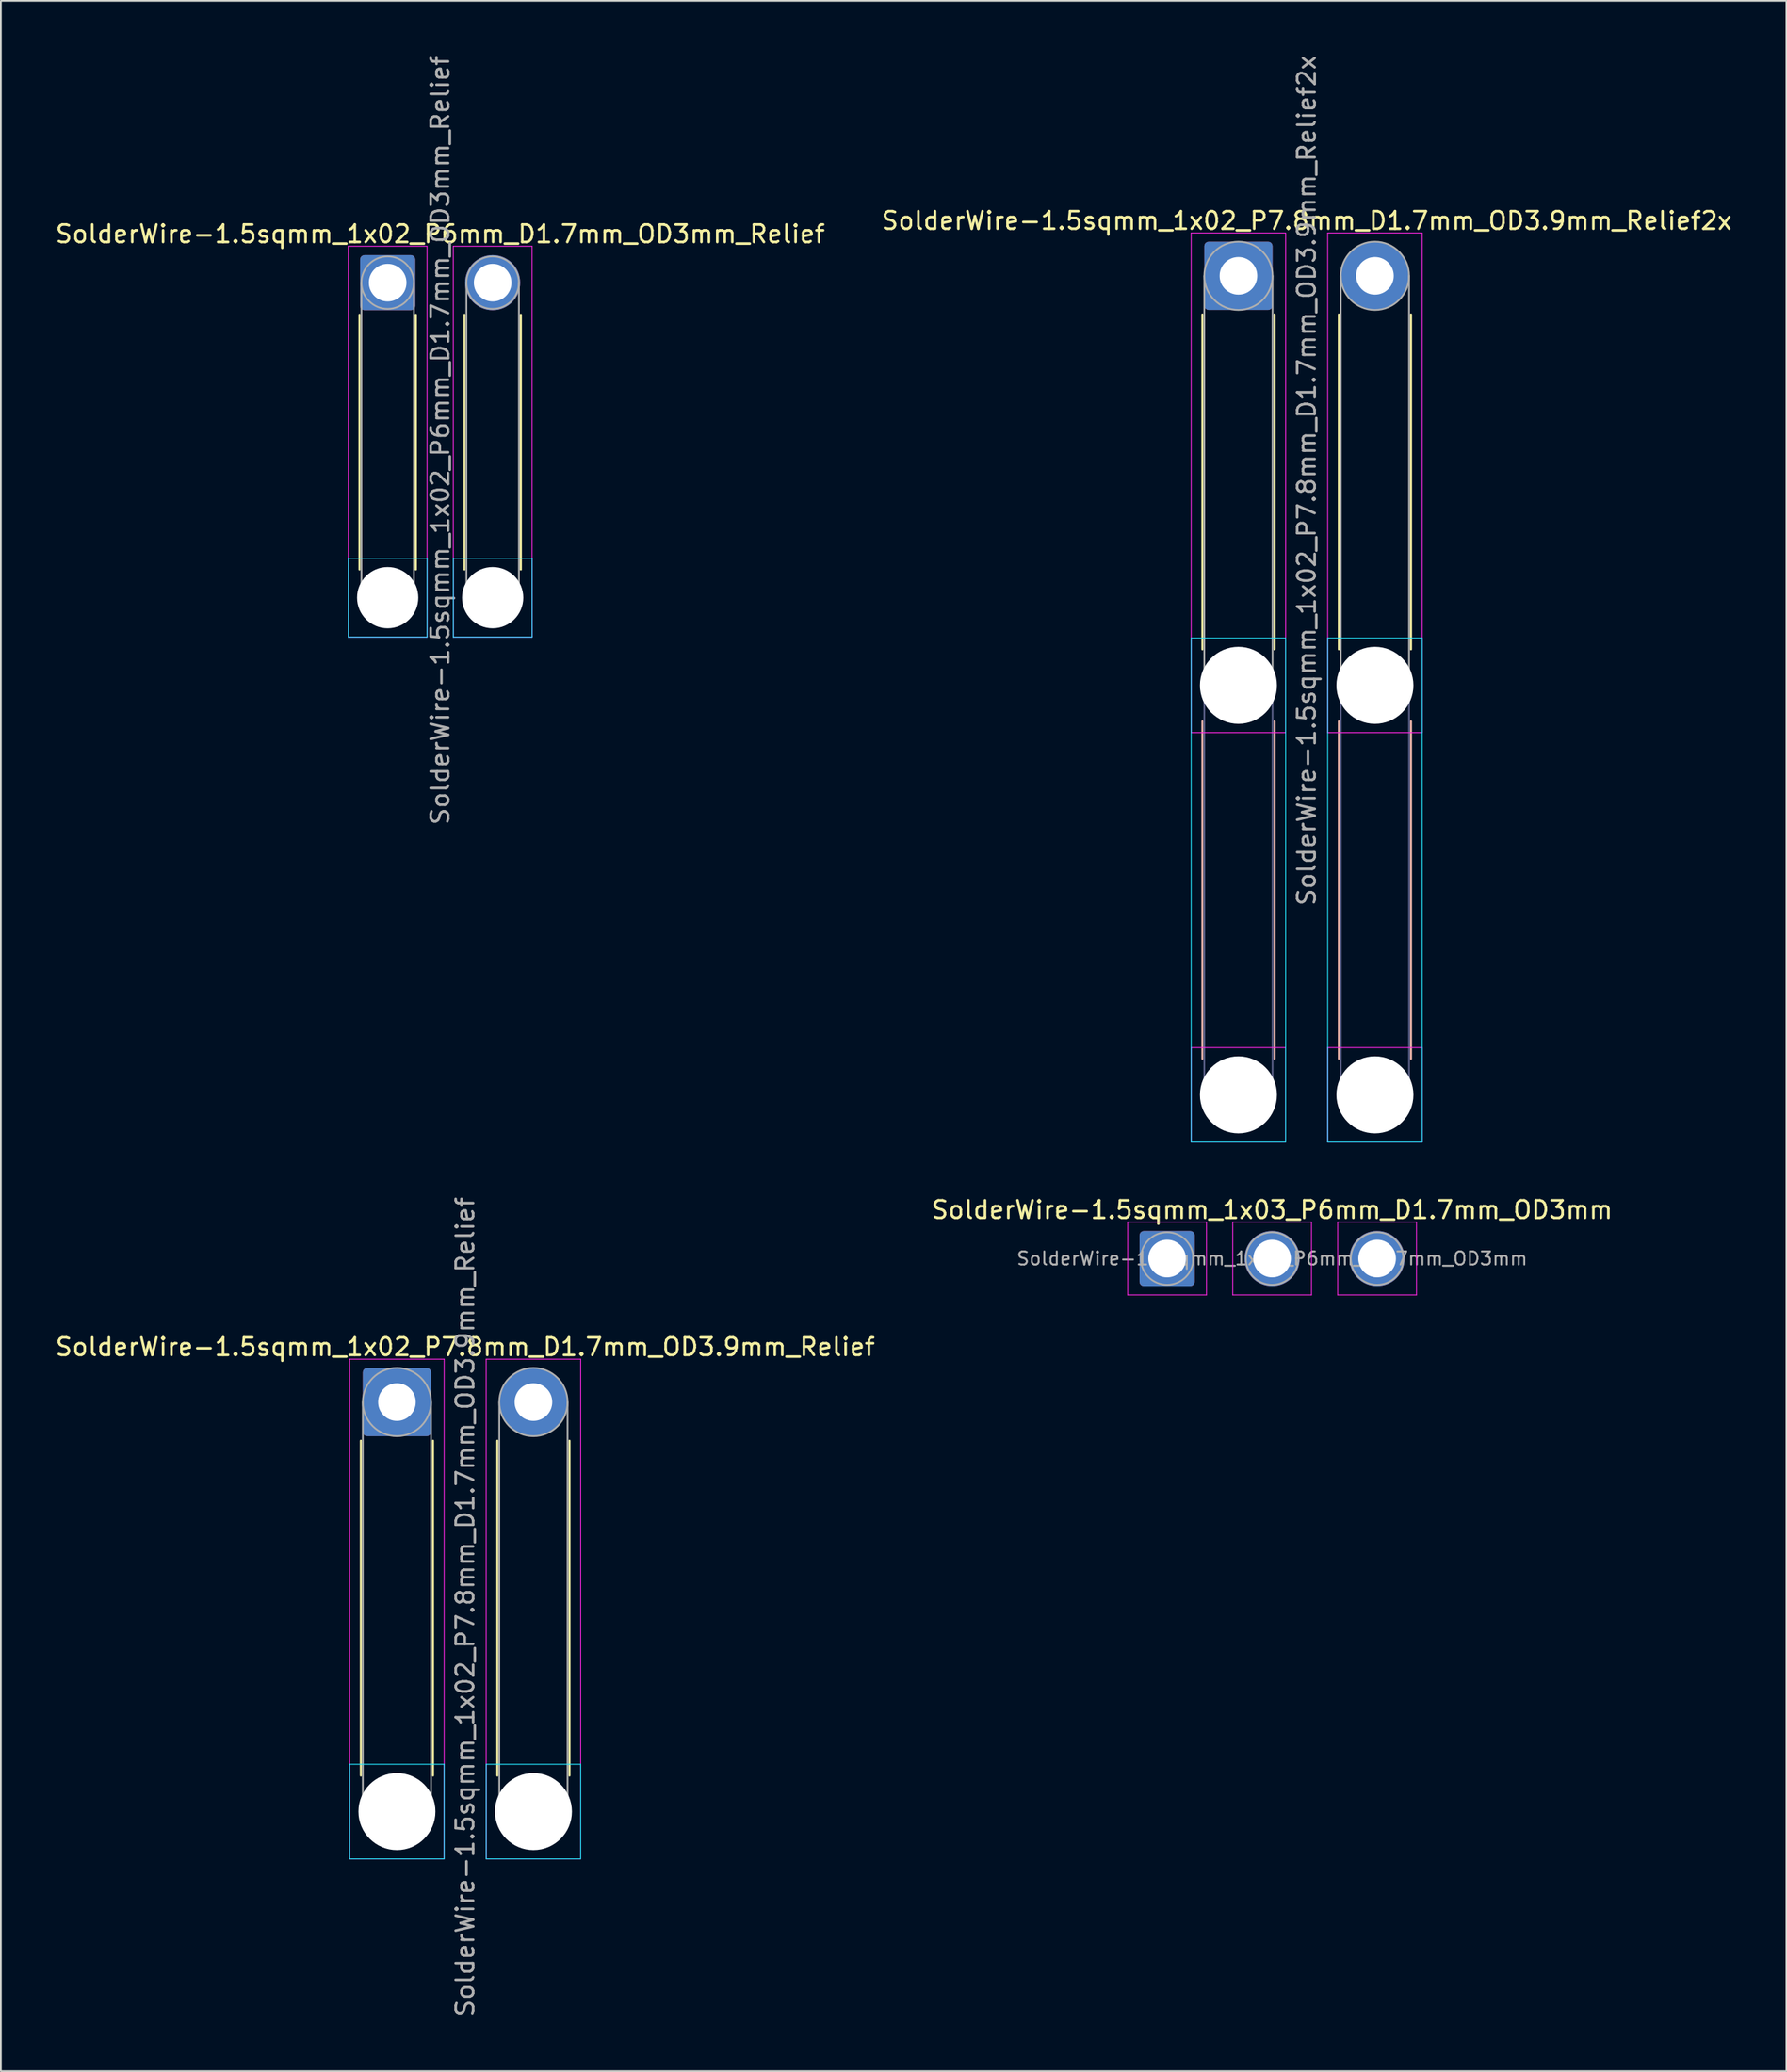
<source format=kicad_pcb>
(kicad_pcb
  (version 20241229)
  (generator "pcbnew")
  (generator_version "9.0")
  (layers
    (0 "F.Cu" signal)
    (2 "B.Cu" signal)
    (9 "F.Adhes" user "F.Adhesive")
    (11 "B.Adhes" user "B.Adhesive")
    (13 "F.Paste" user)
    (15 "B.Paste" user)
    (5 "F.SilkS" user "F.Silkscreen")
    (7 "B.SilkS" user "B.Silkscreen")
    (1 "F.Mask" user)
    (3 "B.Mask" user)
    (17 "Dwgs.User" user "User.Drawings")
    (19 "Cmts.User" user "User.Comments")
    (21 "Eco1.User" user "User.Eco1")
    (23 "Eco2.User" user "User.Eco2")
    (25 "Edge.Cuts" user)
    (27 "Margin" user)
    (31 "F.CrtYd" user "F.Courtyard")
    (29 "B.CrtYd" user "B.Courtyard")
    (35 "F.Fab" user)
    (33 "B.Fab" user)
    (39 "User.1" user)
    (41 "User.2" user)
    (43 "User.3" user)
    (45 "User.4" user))
  (footprint "SolderWire-1.5sqmm_1x02_P6mm_D1.7mm_OD3mm_Relief"
    (layer "F.Cu")
    (at 19.101 13.101)
    (property "Reference" "SolderWire-1.5sqmm_1x02_P6mm_D1.7mm_OD3mm_Relief" (at 3 -2.78 0) (layer "F.SilkS") (effects (font (size 1 1) (thickness 0.15))))
    (attr exclude_from_pos_files exclude_from_bom)
    (fp_line (start -1.61 1.835) (end -1.61 16.39) (stroke (width 0.12) (type solid)) (layer "F.SilkS"))
    (fp_line (start 1.61 1.835) (end 1.61 16.39) (stroke (width 0.12) (type solid)) (layer "F.SilkS"))
    (fp_line (start 4.39 1.835) (end 4.39 16.39) (stroke (width 0.12) (type solid)) (layer "F.SilkS"))
    (fp_line (start 7.61 1.835) (end 7.61 16.39) (stroke (width 0.12) (type solid)) (layer "F.SilkS"))
    (fp_line (start -2.25 15.75) (end -2.25 20.25) (stroke (width 0.05) (type solid)) (layer "B.CrtYd"))
    (fp_line (start -2.25 20.25) (end 2.25 20.25) (stroke (width 0.05) (type solid)) (layer "B.CrtYd"))
    (fp_line (start 2.25 15.75) (end -2.25 15.75) (stroke (width 0.05) (type solid)) (layer "B.CrtYd"))
    (fp_line (start 2.25 20.25) (end 2.25 15.75) (stroke (width 0.05) (type solid)) (layer "B.CrtYd"))
    (fp_line (start 3.75 15.75) (end 3.75 20.25) (stroke (width 0.05) (type solid)) (layer "B.CrtYd"))
    (fp_line (start 3.75 20.25) (end 8.25 20.25) (stroke (width 0.05) (type solid)) (layer "B.CrtYd"))
    (fp_line (start 8.25 15.75) (end 3.75 15.75) (stroke (width 0.05) (type solid)) (layer "B.CrtYd"))
    (fp_line (start 8.25 20.25) (end 8.25 15.75) (stroke (width 0.05) (type solid)) (layer "B.CrtYd"))
    (fp_line (start -2.25 -2.08) (end -2.25 20.25) (stroke (width 0.05) (type solid)) (layer "F.CrtYd"))
    (fp_line (start -2.25 20.25) (end 2.25 20.25) (stroke (width 0.05) (type solid)) (layer "F.CrtYd"))
    (fp_line (start 2.25 -2.08) (end -2.25 -2.08) (stroke (width 0.05) (type solid)) (layer "F.CrtYd"))
    (fp_line (start 2.25 20.25) (end 2.25 -2.08) (stroke (width 0.05) (type solid)) (layer "F.CrtYd"))
    (fp_line (start 3.75 -2.08) (end 3.75 20.25) (stroke (width 0.05) (type solid)) (layer "F.CrtYd"))
    (fp_line (start 3.75 20.25) (end 8.25 20.25) (stroke (width 0.05) (type solid)) (layer "F.CrtYd"))
    (fp_line (start 8.25 -2.08) (end 3.75 -2.08) (stroke (width 0.05) (type solid)) (layer "F.CrtYd"))
    (fp_line (start 8.25 20.25) (end 8.25 -2.08) (stroke (width 0.05) (type solid)) (layer "F.CrtYd"))
    (fp_line (start -1.5 0) (end -1.5 18) (stroke (width 0.1) (type solid)) (layer "F.Fab"))
    (fp_line (start 1.5 0) (end 1.5 18) (stroke (width 0.1) (type solid)) (layer "F.Fab"))
    (fp_line (start 4.5 0) (end 4.5 18) (stroke (width 0.1) (type solid)) (layer "F.Fab"))
    (fp_line (start 7.5 0) (end 7.5 18) (stroke (width 0.1) (type solid)) (layer "F.Fab"))
    (fp_circle (center 0 0) (end 1.5 0) (stroke (width 0.1) (type solid)) (fill no) (layer "F.Fab"))
    (fp_circle (center 0 18) (end 1.5 18) (stroke (width 0.1) (type solid)) (fill no) (layer "F.Fab"))
    (fp_circle (center 6 0) (end 7.5 0) (stroke (width 0.1) (type solid)) (fill no) (layer "F.Fab"))
    (fp_circle (center 6 18) (end 7.5 18) (stroke (width 0.1) (type solid)) (fill no) (layer "F.Fab"))
    (fp_text user "${REFERENCE}" (at 3 9 90) (layer "F.Fab") (effects (font (size 1 1) (thickness 0.15))))
    (pad "" np_thru_hole circle (at 0 18) (size 3.5 3.5) (drill 3.5) (layers "*.Cu" "*.Mask"))
    (pad "" np_thru_hole circle (at 6 18) (size 3.5 3.5) (drill 3.5) (layers "*.Cu" "*.Mask"))
    (pad "1" thru_hole roundrect (at 0 0) (size 3.15 3.15) (drill 2.15) (layers "*.Cu" "*.Mask") (roundrect_rratio 0.079))
    (pad "2" thru_hole circle (at 6 0) (size 3.15 3.15) (drill 2.15) (layers "*.Cu" "*.Mask")))
  (footprint "SolderWire-1.5sqmm_1x03_P6mm_D1.7mm_OD3mm"
    (layer "F.Cu")
    (at 63.637 68.864)
    (property "Reference" "SolderWire-1.5sqmm_1x03_P6mm_D1.7mm_OD3mm" (at 6 -2.78 0) (layer "F.SilkS") (effects (font (size 1 1) (thickness 0.15))))
    (attr exclude_from_pos_files exclude_from_bom)
    (fp_line (start -2.25 -2.08) (end -2.25 2.08) (stroke (width 0.05) (type solid)) (layer "F.CrtYd"))
    (fp_line (start -2.25 2.08) (end 2.25 2.08) (stroke (width 0.05) (type solid)) (layer "F.CrtYd"))
    (fp_line (start 2.25 -2.08) (end -2.25 -2.08) (stroke (width 0.05) (type solid)) (layer "F.CrtYd"))
    (fp_line (start 2.25 2.08) (end 2.25 -2.08) (stroke (width 0.05) (type solid)) (layer "F.CrtYd"))
    (fp_line (start 3.75 -2.08) (end 3.75 2.08) (stroke (width 0.05) (type solid)) (layer "F.CrtYd"))
    (fp_line (start 3.75 2.08) (end 8.25 2.08) (stroke (width 0.05) (type solid)) (layer "F.CrtYd"))
    (fp_line (start 8.25 -2.08) (end 3.75 -2.08) (stroke (width 0.05) (type solid)) (layer "F.CrtYd"))
    (fp_line (start 8.25 2.08) (end 8.25 -2.08) (stroke (width 0.05) (type solid)) (layer "F.CrtYd"))
    (fp_line (start 9.75 -2.08) (end 9.75 2.08) (stroke (width 0.05) (type solid)) (layer "F.CrtYd"))
    (fp_line (start 9.75 2.08) (end 14.25 2.08) (stroke (width 0.05) (type solid)) (layer "F.CrtYd"))
    (fp_line (start 14.25 -2.08) (end 9.75 -2.08) (stroke (width 0.05) (type solid)) (layer "F.CrtYd"))
    (fp_line (start 14.25 2.08) (end 14.25 -2.08) (stroke (width 0.05) (type solid)) (layer "F.CrtYd"))
    (fp_circle (center 0 0) (end 1.5 0) (stroke (width 0.1) (type solid)) (fill no) (layer "F.Fab"))
    (fp_circle (center 6 0) (end 7.5 0) (stroke (width 0.1) (type solid)) (fill no) (layer "F.Fab"))
    (fp_circle (center 12 0) (end 13.5 0) (stroke (width 0.1) (type solid)) (fill no) (layer "F.Fab"))
    (fp_text user "${REFERENCE}" (at 6 0 0) (layer "F.Fab") (effects (font (size 0.75 0.75) (thickness 0.11))))
    (pad "1" thru_hole roundrect (at 0 0) (size 3.15 3.15) (drill 2.15) (layers "*.Cu" "*.Mask") (roundrect_rratio 0.079))
    (pad "2" thru_hole circle (at 6 0) (size 3.15 3.15) (drill 2.15) (layers "*.Cu" "*.Mask"))
    (pad "3" thru_hole circle (at 12 0) (size 3.15 3.15) (drill 2.15) (layers "*.Cu" "*.Mask")))
  (footprint "SolderWire-1.5sqmm_1x02_P7.8mm_D1.7mm_OD3.9mm_Relief"
    (layer "F.Cu")
    (at 19.63 77.065)
    (property "Reference" "SolderWire-1.5sqmm_1x02_P7.8mm_D1.7mm_OD3.9mm_Relief" (at 3.9 -3.15 0) (layer "F.SilkS") (effects (font (size 1 1) (thickness 0.15))))
    (attr exclude_from_pos_files exclude_from_bom)
    (fp_line (start -2.06 2.21) (end -2.06 21.34) (stroke (width 0.12) (type solid)) (layer "F.SilkS"))
    (fp_line (start 2.06 2.21) (end 2.06 21.34) (stroke (width 0.12) (type solid)) (layer "F.SilkS"))
    (fp_line (start 5.74 2.21) (end 5.74 21.34) (stroke (width 0.12) (type solid)) (layer "F.SilkS"))
    (fp_line (start 9.86 2.21) (end 9.86 21.34) (stroke (width 0.12) (type solid)) (layer "F.SilkS"))
    (fp_line (start -2.7 20.7) (end -2.7 26.1) (stroke (width 0.05) (type solid)) (layer "B.CrtYd"))
    (fp_line (start -2.7 26.1) (end 2.7 26.1) (stroke (width 0.05) (type solid)) (layer "B.CrtYd"))
    (fp_line (start 2.7 20.7) (end -2.7 20.7) (stroke (width 0.05) (type solid)) (layer "B.CrtYd"))
    (fp_line (start 2.7 26.1) (end 2.7 20.7) (stroke (width 0.05) (type solid)) (layer "B.CrtYd"))
    (fp_line (start 5.1 20.7) (end 5.1 26.1) (stroke (width 0.05) (type solid)) (layer "B.CrtYd"))
    (fp_line (start 5.1 26.1) (end 10.5 26.1) (stroke (width 0.05) (type solid)) (layer "B.CrtYd"))
    (fp_line (start 10.5 20.7) (end 5.1 20.7) (stroke (width 0.05) (type solid)) (layer "B.CrtYd"))
    (fp_line (start 10.5 26.1) (end 10.5 20.7) (stroke (width 0.05) (type solid)) (layer "B.CrtYd"))
    (fp_line (start -2.7 -2.45) (end -2.7 26.1) (stroke (width 0.05) (type solid)) (layer "F.CrtYd"))
    (fp_line (start -2.7 26.1) (end 2.7 26.1) (stroke (width 0.05) (type solid)) (layer "F.CrtYd"))
    (fp_line (start 2.7 -2.45) (end -2.7 -2.45) (stroke (width 0.05) (type solid)) (layer "F.CrtYd"))
    (fp_line (start 2.7 26.1) (end 2.7 -2.45) (stroke (width 0.05) (type solid)) (layer "F.CrtYd"))
    (fp_line (start 5.1 -2.45) (end 5.1 26.1) (stroke (width 0.05) (type solid)) (layer "F.CrtYd"))
    (fp_line (start 5.1 26.1) (end 10.5 26.1) (stroke (width 0.05) (type solid)) (layer "F.CrtYd"))
    (fp_line (start 10.5 -2.45) (end 5.1 -2.45) (stroke (width 0.05) (type solid)) (layer "F.CrtYd"))
    (fp_line (start 10.5 26.1) (end 10.5 -2.45) (stroke (width 0.05) (type solid)) (layer "F.CrtYd"))
    (fp_line (start -1.95 0) (end -1.95 23.4) (stroke (width 0.1) (type solid)) (layer "F.Fab"))
    (fp_line (start 1.95 0) (end 1.95 23.4) (stroke (width 0.1) (type solid)) (layer "F.Fab"))
    (fp_line (start 5.85 0) (end 5.85 23.4) (stroke (width 0.1) (type solid)) (layer "F.Fab"))
    (fp_line (start 9.75 0) (end 9.75 23.4) (stroke (width 0.1) (type solid)) (layer "F.Fab"))
    (fp_circle (center 0 0) (end 1.95 0) (stroke (width 0.1) (type solid)) (fill no) (layer "F.Fab"))
    (fp_circle (center 0 23.4) (end 1.95 23.4) (stroke (width 0.1) (type solid)) (fill no) (layer "F.Fab"))
    (fp_circle (center 7.8 0) (end 9.75 0) (stroke (width 0.1) (type solid)) (fill no) (layer "F.Fab"))
    (fp_circle (center 7.8 23.4) (end 9.75 23.4) (stroke (width 0.1) (type solid)) (fill no) (layer "F.Fab"))
    (fp_text user "${REFERENCE}" (at 3.9 11.7 90) (layer "F.Fab") (effects (font (size 1 1) (thickness 0.15))))
    (pad "" np_thru_hole circle (at 0 23.4) (size 4.4 4.4) (drill 4.4) (layers "*.Cu" "*.Mask"))
    (pad "" np_thru_hole circle (at 7.8 23.4) (size 4.4 4.4) (drill 4.4) (layers "*.Cu" "*.Mask"))
    (pad "1" thru_hole roundrect (at 0 0) (size 3.9 3.9) (drill 2.15) (layers "*.Cu" "*.Mask") (roundrect_rratio 0.064))
    (pad "2" thru_hole circle (at 7.8 0) (size 3.9 3.9) (drill 2.15) (layers "*.Cu" "*.Mask")))
  (footprint "SolderWire-1.5sqmm_1x02_P7.8mm_D1.7mm_OD3.9mm_Relief2x"
    (layer "F.Cu")
    (at 67.713 12.711)
    (property "Reference" "SolderWire-1.5sqmm_1x02_P7.8mm_D1.7mm_OD3.9mm_Relief2x" (at 3.9 -3.15 0) (layer "F.SilkS") (effects (font (size 1 1) (thickness 0.15))))
    (attr exclude_from_pos_files exclude_from_bom)
    (fp_line (start -2.06 2.21) (end -2.06 21.34) (stroke (width 0.12) (type solid)) (layer "F.SilkS"))
    (fp_line (start 2.06 2.21) (end 2.06 21.34) (stroke (width 0.12) (type solid)) (layer "F.SilkS"))
    (fp_line (start 5.74 2.21) (end 5.74 21.34) (stroke (width 0.12) (type solid)) (layer "F.SilkS"))
    (fp_line (start 9.86 2.21) (end 9.86 21.34) (stroke (width 0.12) (type solid)) (layer "F.SilkS"))
    (fp_line (start -2.06 25.46) (end -2.06 44.74) (stroke (width 0.12) (type solid)) (layer "B.SilkS"))
    (fp_line (start 2.06 25.46) (end 2.06 44.74) (stroke (width 0.12) (type solid)) (layer "B.SilkS"))
    (fp_line (start 5.74 25.46) (end 5.74 44.74) (stroke (width 0.12) (type solid)) (layer "B.SilkS"))
    (fp_line (start 9.86 25.46) (end 9.86 44.74) (stroke (width 0.12) (type solid)) (layer "B.SilkS"))
    (fp_line (start -2.7 20.7) (end -2.7 49.5) (stroke (width 0.05) (type solid)) (layer "B.CrtYd"))
    (fp_line (start -2.7 49.5) (end 2.7 49.5) (stroke (width 0.05) (type solid)) (layer "B.CrtYd"))
    (fp_line (start 2.7 20.7) (end -2.7 20.7) (stroke (width 0.05) (type solid)) (layer "B.CrtYd"))
    (fp_line (start 2.7 49.5) (end 2.7 20.7) (stroke (width 0.05) (type solid)) (layer "B.CrtYd"))
    (fp_line (start 5.1 20.7) (end 5.1 49.5) (stroke (width 0.05) (type solid)) (layer "B.CrtYd"))
    (fp_line (start 5.1 49.5) (end 10.5 49.5) (stroke (width 0.05) (type solid)) (layer "B.CrtYd"))
    (fp_line (start 10.5 20.7) (end 5.1 20.7) (stroke (width 0.05) (type solid)) (layer "B.CrtYd"))
    (fp_line (start 10.5 49.5) (end 10.5 20.7) (stroke (width 0.05) (type solid)) (layer "B.CrtYd"))
    (fp_line (start -2.7 -2.45) (end -2.7 26.1) (stroke (width 0.05) (type solid)) (layer "F.CrtYd"))
    (fp_line (start -2.7 26.1) (end 2.7 26.1) (stroke (width 0.05) (type solid)) (layer "F.CrtYd"))
    (fp_line (start -2.7 44.1) (end -2.7 49.5) (stroke (width 0.05) (type solid)) (layer "F.CrtYd"))
    (fp_line (start -2.7 49.5) (end 2.7 49.5) (stroke (width 0.05) (type solid)) (layer "F.CrtYd"))
    (fp_line (start 2.7 -2.45) (end -2.7 -2.45) (stroke (width 0.05) (type solid)) (layer "F.CrtYd"))
    (fp_line (start 2.7 26.1) (end 2.7 -2.45) (stroke (width 0.05) (type solid)) (layer "F.CrtYd"))
    (fp_line (start 2.7 44.1) (end -2.7 44.1) (stroke (width 0.05) (type solid)) (layer "F.CrtYd"))
    (fp_line (start 2.7 49.5) (end 2.7 44.1) (stroke (width 0.05) (type solid)) (layer "F.CrtYd"))
    (fp_line (start 5.1 -2.45) (end 5.1 26.1) (stroke (width 0.05) (type solid)) (layer "F.CrtYd"))
    (fp_line (start 5.1 26.1) (end 10.5 26.1) (stroke (width 0.05) (type solid)) (layer "F.CrtYd"))
    (fp_line (start 5.1 44.1) (end 5.1 49.5) (stroke (width 0.05) (type solid)) (layer "F.CrtYd"))
    (fp_line (start 5.1 49.5) (end 10.5 49.5) (stroke (width 0.05) (type solid)) (layer "F.CrtYd"))
    (fp_line (start 10.5 -2.45) (end 5.1 -2.45) (stroke (width 0.05) (type solid)) (layer "F.CrtYd"))
    (fp_line (start 10.5 26.1) (end 10.5 -2.45) (stroke (width 0.05) (type solid)) (layer "F.CrtYd"))
    (fp_line (start 10.5 44.1) (end 5.1 44.1) (stroke (width 0.05) (type solid)) (layer "F.CrtYd"))
    (fp_line (start 10.5 49.5) (end 10.5 44.1) (stroke (width 0.05) (type solid)) (layer "F.CrtYd"))
    (fp_line (start -1.95 23.4) (end -1.95 46.8) (stroke (width 0.1) (type solid)) (layer "B.Fab"))
    (fp_line (start 1.95 23.4) (end 1.95 46.8) (stroke (width 0.1) (type solid)) (layer "B.Fab"))
    (fp_line (start 5.85 23.4) (end 5.85 46.8) (stroke (width 0.1) (type solid)) (layer "B.Fab"))
    (fp_line (start 9.75 23.4) (end 9.75 46.8) (stroke (width 0.1) (type solid)) (layer "B.Fab"))
    (fp_circle (center 0 23.4) (end 1.95 23.4) (stroke (width 0.1) (type solid)) (fill no) (layer "B.Fab"))
    (fp_circle (center 0 46.8) (end 1.95 46.8) (stroke (width 0.1) (type solid)) (fill no) (layer "B.Fab"))
    (fp_circle (center 7.8 23.4) (end 9.75 23.4) (stroke (width 0.1) (type solid)) (fill no) (layer "B.Fab"))
    (fp_circle (center 7.8 46.8) (end 9.75 46.8) (stroke (width 0.1) (type solid)) (fill no) (layer "B.Fab"))
    (fp_line (start -1.95 0) (end -1.95 23.4) (stroke (width 0.1) (type solid)) (layer "F.Fab"))
    (fp_line (start 1.95 0) (end 1.95 23.4) (stroke (width 0.1) (type solid)) (layer "F.Fab"))
    (fp_line (start 5.85 0) (end 5.85 23.4) (stroke (width 0.1) (type solid)) (layer "F.Fab"))
    (fp_line (start 9.75 0) (end 9.75 23.4) (stroke (width 0.1) (type solid)) (layer "F.Fab"))
    (fp_circle (center 0 0) (end 1.95 0) (stroke (width 0.1) (type solid)) (fill no) (layer "F.Fab"))
    (fp_circle (center 0 23.4) (end 1.95 23.4) (stroke (width 0.1) (type solid)) (fill no) (layer "F.Fab"))
    (fp_circle (center 0 46.8) (end 1.95 46.8) (stroke (width 0.1) (type solid)) (fill no) (layer "F.Fab"))
    (fp_circle (center 7.8 0) (end 9.75 0) (stroke (width 0.1) (type solid)) (fill no) (layer "F.Fab"))
    (fp_circle (center 7.8 23.4) (end 9.75 23.4) (stroke (width 0.1) (type solid)) (fill no) (layer "F.Fab"))
    (fp_circle (center 7.8 46.8) (end 9.75 46.8) (stroke (width 0.1) (type solid)) (fill no) (layer "F.Fab"))
    (fp_text user "${REFERENCE}" (at 3.9 11.7 90) (layer "F.Fab") (effects (font (size 1 1) (thickness 0.15))))
    (pad "" np_thru_hole circle (at 0 23.4) (size 4.4 4.4) (drill 4.4) (layers "*.Cu" "*.Mask"))
    (pad "" np_thru_hole circle (at 0 46.8) (size 4.4 4.4) (drill 4.4) (layers "*.Cu" "*.Mask"))
    (pad "" np_thru_hole circle (at 7.8 23.4) (size 4.4 4.4) (drill 4.4) (layers "*.Cu" "*.Mask"))
    (pad "" np_thru_hole circle (at 7.8 46.8) (size 4.4 4.4) (drill 4.4) (layers "*.Cu" "*.Mask"))
    (pad "1" thru_hole roundrect (at 0 0) (size 3.9 3.9) (drill 2.15) (layers "*.Cu" "*.Mask") (roundrect_rratio 0.064))
    (pad "2" thru_hole circle (at 7.8 0) (size 3.9 3.9) (drill 2.15) (layers "*.Cu" "*.Mask")))
  (gr_rect
    (start -3 -3)
    (end 99.024 115.295)
    (stroke (width 0.1) (type default))
    (fill no)
    (layer "Edge.Cuts")))
</source>
